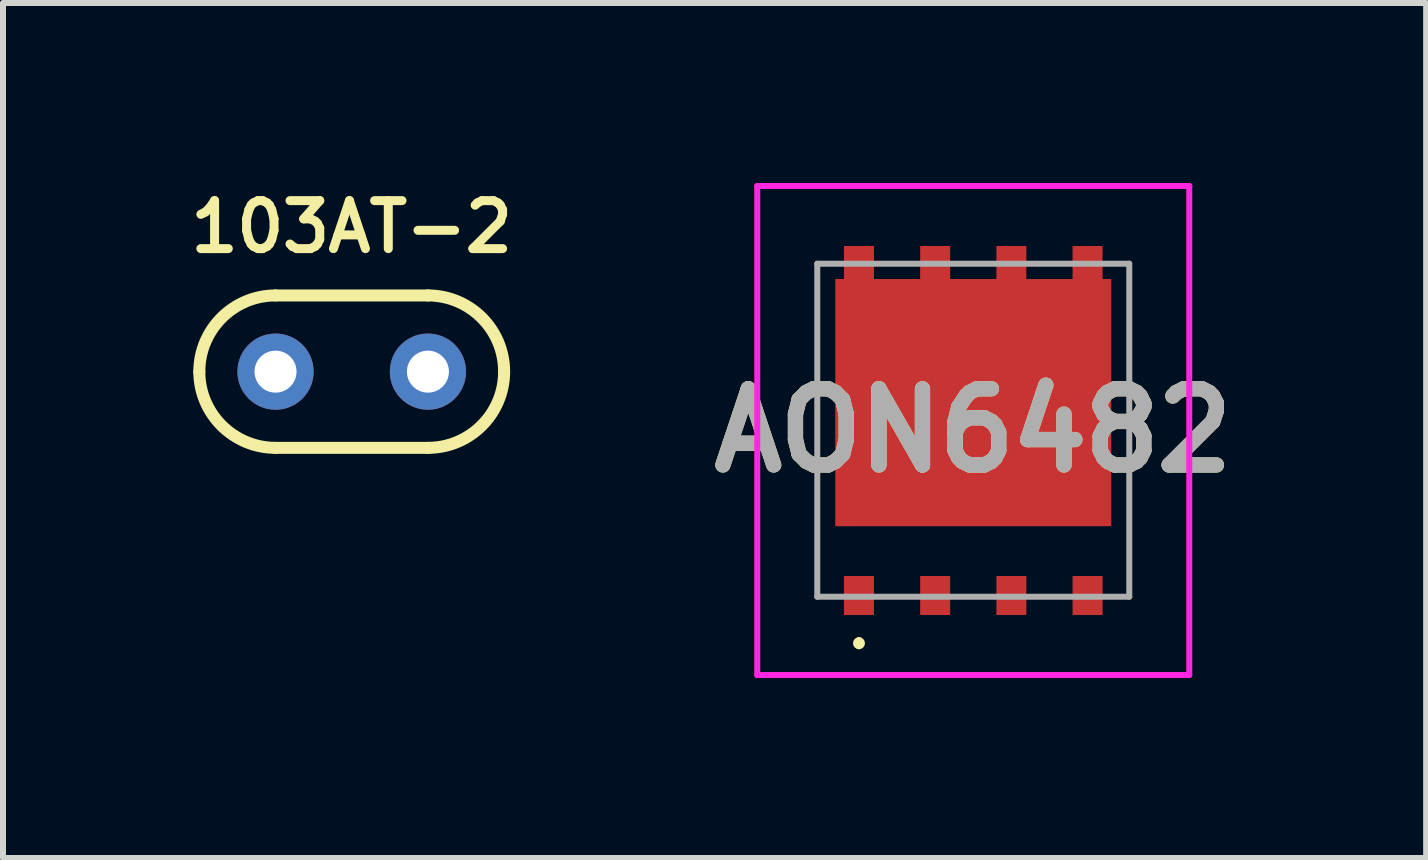
<source format=kicad_pcb>
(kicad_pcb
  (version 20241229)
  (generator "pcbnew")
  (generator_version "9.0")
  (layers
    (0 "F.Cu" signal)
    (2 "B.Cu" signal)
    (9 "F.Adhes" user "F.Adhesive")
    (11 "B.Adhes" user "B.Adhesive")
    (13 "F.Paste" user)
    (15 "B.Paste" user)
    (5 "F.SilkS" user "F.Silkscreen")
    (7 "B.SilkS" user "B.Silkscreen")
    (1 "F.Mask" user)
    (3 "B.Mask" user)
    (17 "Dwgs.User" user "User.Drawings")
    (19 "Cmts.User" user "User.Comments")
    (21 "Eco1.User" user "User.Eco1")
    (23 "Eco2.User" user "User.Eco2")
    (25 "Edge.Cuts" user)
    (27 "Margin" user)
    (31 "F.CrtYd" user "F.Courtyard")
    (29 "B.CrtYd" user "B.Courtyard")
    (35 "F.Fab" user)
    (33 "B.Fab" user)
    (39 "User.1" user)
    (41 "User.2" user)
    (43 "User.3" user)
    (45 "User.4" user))
  (footprint "103AT-2"
    (layer "F.Cu")
    (at 2.812 3.144)
    (property "Reference" "103AT-2" (at 0 -2.413 0) (layer "F.SilkS") (effects (font (size 0.8 0.8) (thickness 0.15))))
    (attr through_hole)
    (fp_line (start -1.27 -1.27) (end 1.27 -1.27) (stroke (width 0.2) (type solid)) (layer "F.SilkS"))
    (fp_line (start -1.27 1.27) (end 1.27 1.27) (stroke (width 0.2) (type solid)) (layer "F.SilkS"))
    (fp_arc (start -2.54 0) (mid -2.168026 -0.898026) (end -1.27 -1.27) (stroke (width 0.2) (type solid)) (layer "F.SilkS"))
    (fp_arc (start -1.27 1.27) (mid -2.168026 0.898026) (end -2.54 0) (stroke (width 0.2) (type solid)) (layer "F.SilkS"))
    (fp_arc (start 1.27 -1.27) (mid 2.168026 -0.898026) (end 2.54 0) (stroke (width 0.2) (type solid)) (layer "F.SilkS"))
    (fp_arc (start 2.54 0) (mid 2.168026 0.898026) (end 1.27 1.27) (stroke (width 0.2) (type solid)) (layer "F.SilkS"))
    (pad "1" thru_hole circle (at -1.27 0) (size 1.27 1.27) (drill 0.7) (layers "*.Cu" "*.Mask"))
    (pad "2" thru_hole circle (at 1.27 0) (size 1.27 1.27) (drill 0.7) (layers "*.Cu" "*.Mask")))
  (footprint "AON6482"
    (layer "F.Cu")
    (at 13.171 4.12)
    (property "Reference" "AON6482" (at 0 0.005 0) (layer "F.SilkS") (effects (font (size 1.27 1.27) (thickness 0.254))))
    (attr smd)
    (fp_line (start -1.905 3.5) (end -1.905 3.5) (stroke (width 0.1) (type solid)) (layer "F.SilkS"))
    (fp_line (start -1.905 3.6) (end -1.905 3.6) (stroke (width 0.1) (type solid)) (layer "F.SilkS"))
    (fp_arc (start -1.905 3.5) (mid -1.855 3.55) (end -1.905 3.6) (stroke (width 0.1) (type solid)) (layer "F.SilkS"))
    (fp_arc (start -1.905 3.6) (mid -1.955 3.55) (end -1.905 3.5) (stroke (width 0.1) (type solid)) (layer "F.SilkS"))
    (fp_line (start -3.6 -4.07) (end 3.6 -4.07) (stroke (width 0.1) (type solid)) (layer "F.CrtYd"))
    (fp_line (start -3.6 4.08) (end -3.6 -4.07) (stroke (width 0.1) (type solid)) (layer "F.CrtYd"))
    (fp_line (start 3.6 -4.07) (end 3.6 4.08) (stroke (width 0.1) (type solid)) (layer "F.CrtYd"))
    (fp_line (start 3.6 4.08) (end -3.6 4.08) (stroke (width 0.1) (type solid)) (layer "F.CrtYd"))
    (fp_line (start -2.6 -2.775) (end 2.6 -2.775) (stroke (width 0.1) (type solid)) (layer "F.Fab"))
    (fp_line (start -2.6 2.775) (end -2.6 -2.775) (stroke (width 0.1) (type solid)) (layer "F.Fab"))
    (fp_line (start 2.6 -2.775) (end 2.6 2.775) (stroke (width 0.1) (type solid)) (layer "F.Fab"))
    (fp_line (start 2.6 2.775) (end -2.6 2.775) (stroke (width 0.1) (type solid)) (layer "F.Fab"))
    (fp_text user "${REFERENCE}" (at 0 0.005 0) (layer "F.Fab") (effects (font (size 1.27 1.27) (thickness 0.254))))
    (pad "1" smd rect (at -1.905 2.755) (size 0.5 0.65) (layers "F.Cu" "F.Mask" "F.Paste"))
    (pad "2" smd rect (at -0.635 2.755) (size 0.5 0.65) (layers "F.Cu" "F.Mask" "F.Paste"))
    (pad "3" smd rect (at 0.635 2.755) (size 0.5 0.65) (layers "F.Cu" "F.Mask" "F.Paste"))
    (pad "4" smd rect (at 1.905 2.755) (size 0.5 0.65) (layers "F.Cu" "F.Mask" "F.Paste"))
    (pad "5" smd rect (at 1.905 -2.795) (size 0.5 0.55) (layers "F.Cu" "F.Mask" "F.Paste"))
    (pad "6" smd rect (at 0.635 -2.795) (size 0.5 0.55) (layers "F.Cu" "F.Mask" "F.Paste"))
    (pad "7" smd rect (at -0.635 -2.795) (size 0.5 0.55) (layers "F.Cu" "F.Mask" "F.Paste"))
    (pad "8" smd rect (at -1.905 -2.795) (size 0.5 0.55) (layers "F.Cu" "F.Mask" "F.Paste"))
    (pad "9" smd rect (at 0 -0.46 90) (size 4.12 4.6) (layers "F.Cu" "F.Mask" "F.Paste")))
  (gr_rect
    (start -3 -3)
    (end 20.719 11.25)
    (stroke (width 0.1) (type default))
    (fill no)
    (layer "Edge.Cuts")))
</source>
